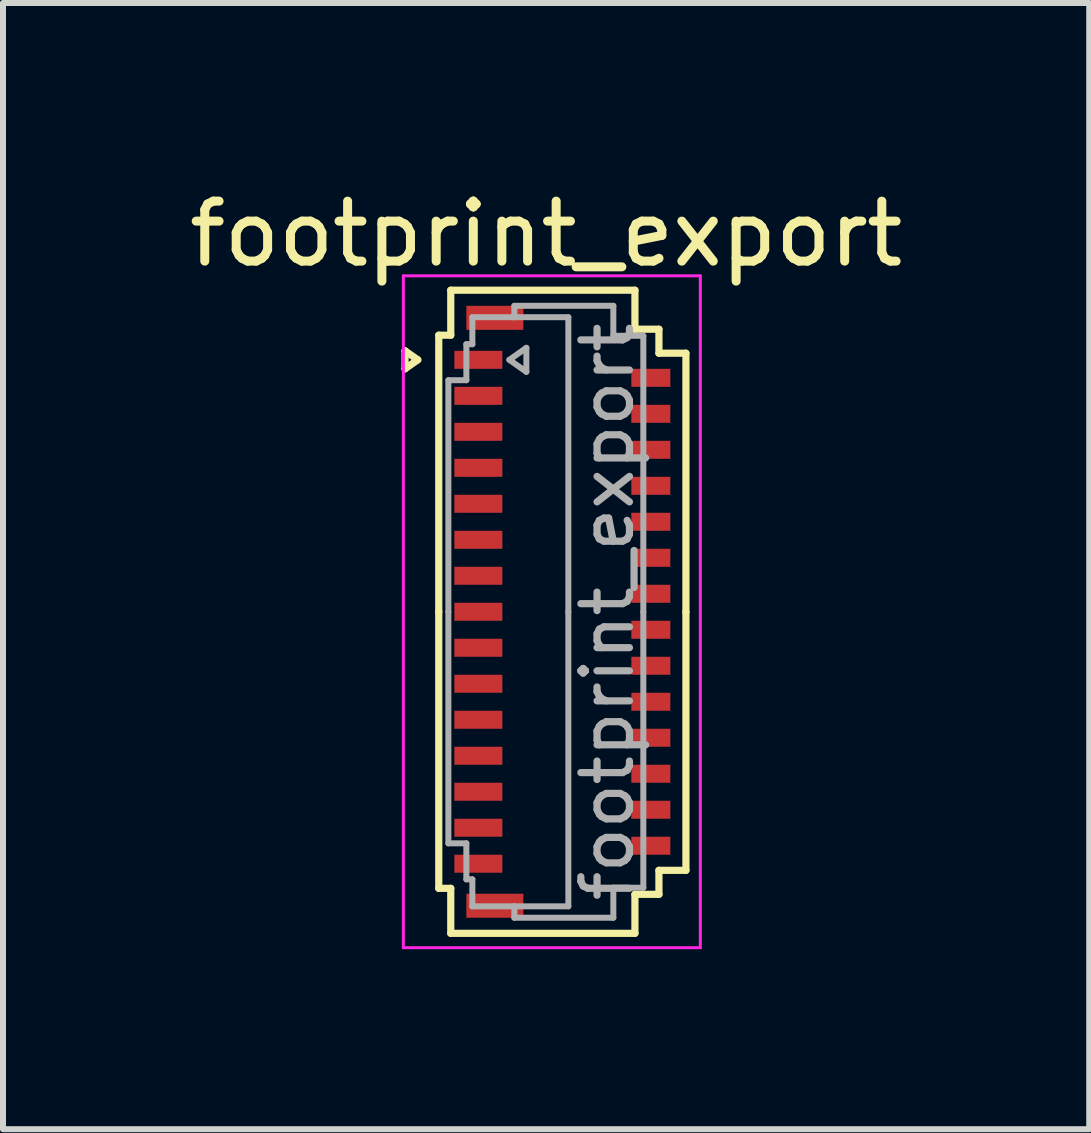
<source format=kicad_pcb>
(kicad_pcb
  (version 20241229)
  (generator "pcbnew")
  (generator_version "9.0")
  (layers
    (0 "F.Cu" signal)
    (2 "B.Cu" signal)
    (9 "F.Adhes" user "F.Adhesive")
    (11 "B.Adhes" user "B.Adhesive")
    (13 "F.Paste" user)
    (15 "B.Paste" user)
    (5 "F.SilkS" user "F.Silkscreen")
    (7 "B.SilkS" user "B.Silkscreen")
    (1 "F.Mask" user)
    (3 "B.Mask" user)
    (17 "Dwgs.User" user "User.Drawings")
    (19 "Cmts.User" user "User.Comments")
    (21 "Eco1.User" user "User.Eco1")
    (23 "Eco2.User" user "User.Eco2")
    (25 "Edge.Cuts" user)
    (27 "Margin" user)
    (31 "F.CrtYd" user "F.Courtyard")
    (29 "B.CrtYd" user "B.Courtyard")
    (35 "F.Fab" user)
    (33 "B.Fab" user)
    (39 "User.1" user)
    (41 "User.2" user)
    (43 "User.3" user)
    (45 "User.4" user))
  (footprint "footprint_export"
    (layer "F.Cu")
    (at 6.324 7.148)
    (property "Reference" "footprint_export" (at -0.27 -6.3 0) (layer "F.SilkS") (effects (font (size 1 1) (thickness 0.15))))
    (attr smd)
    (fp_line (start -2.622 -4.35) (end -2.41 -4.2) (stroke (width 0.12) (type solid)) (layer "F.SilkS"))
    (fp_line (start -2.622 -4.05) (end -2.622 -4.35) (stroke (width 0.12) (type solid)) (layer "F.SilkS"))
    (fp_line (start -2.41 -4.2) (end -2.622 -4.05) (stroke (width 0.12) (type solid)) (layer "F.SilkS"))
    (fp_line (start -2.06 -4.61) (end -2.06 0) (stroke (width 0.12) (type solid)) (layer "F.SilkS"))
    (fp_line (start -2.06 4.61) (end -2.06 0) (stroke (width 0.12) (type solid)) (layer "F.SilkS"))
    (fp_line (start -1.86 -5.36) (end -1.86 -4.61) (stroke (width 0.12) (type solid)) (layer "F.SilkS"))
    (fp_line (start -1.86 -4.61) (end -2.06 -4.61) (stroke (width 0.12) (type solid)) (layer "F.SilkS"))
    (fp_line (start -1.86 4.61) (end -2.06 4.61) (stroke (width 0.12) (type solid)) (layer "F.SilkS"))
    (fp_line (start -1.86 5.36) (end -1.86 4.61) (stroke (width 0.12) (type solid)) (layer "F.SilkS"))
    (fp_line (start 1.21 -5.36) (end -1.86 -5.36) (stroke (width 0.12) (type solid)) (layer "F.SilkS"))
    (fp_line (start 1.21 -4.71) (end 1.21 -5.36) (stroke (width 0.12) (type solid)) (layer "F.SilkS"))
    (fp_line (start 1.21 4.71) (end 1.21 5.36) (stroke (width 0.12) (type solid)) (layer "F.SilkS"))
    (fp_line (start 1.21 5.36) (end -1.86 5.36) (stroke (width 0.12) (type solid)) (layer "F.SilkS"))
    (fp_line (start 1.61 -4.71) (end 1.21 -4.71) (stroke (width 0.12) (type solid)) (layer "F.SilkS"))
    (fp_line (start 1.61 -4.31) (end 1.61 -4.71) (stroke (width 0.12) (type solid)) (layer "F.SilkS"))
    (fp_line (start 1.61 4.31) (end 1.61 4.71) (stroke (width 0.12) (type solid)) (layer "F.SilkS"))
    (fp_line (start 1.61 4.71) (end 1.21 4.71) (stroke (width 0.12) (type solid)) (layer "F.SilkS"))
    (fp_line (start 2.06 -4.31) (end 1.61 -4.31) (stroke (width 0.12) (type solid)) (layer "F.SilkS"))
    (fp_line (start 2.06 0) (end 2.06 -4.31) (stroke (width 0.12) (type solid)) (layer "F.SilkS"))
    (fp_line (start 2.06 0) (end 2.06 4.31) (stroke (width 0.12) (type solid)) (layer "F.SilkS"))
    (fp_line (start 2.06 4.31) (end 1.61 4.31) (stroke (width 0.12) (type solid)) (layer "F.SilkS"))
    (fp_line (start -2.65 -5.6) (end -2.65 5.6) (stroke (width 0.05) (type solid)) (layer "F.CrtYd"))
    (fp_line (start -2.65 5.6) (end 2.3 5.6) (stroke (width 0.05) (type solid)) (layer "F.CrtYd"))
    (fp_line (start 2.3 -5.6) (end -2.65 -5.6) (stroke (width 0.05) (type solid)) (layer "F.CrtYd"))
    (fp_line (start 2.3 5.6) (end 2.3 -5.6) (stroke (width 0.05) (type solid)) (layer "F.CrtYd"))
    (fp_line (start -1.9 -3.86) (end -1.6 -3.86) (stroke (width 0.1) (type solid)) (layer "F.Fab"))
    (fp_line (start -1.9 0) (end -1.9 -3.86) (stroke (width 0.1) (type solid)) (layer "F.Fab"))
    (fp_line (start -1.9 0) (end -1.9 3.86) (stroke (width 0.1) (type solid)) (layer "F.Fab"))
    (fp_line (start -1.9 3.86) (end -1.6 3.86) (stroke (width 0.1) (type solid)) (layer "F.Fab"))
    (fp_line (start -1.6 -4.46) (end -1.5 -4.46) (stroke (width 0.1) (type solid)) (layer "F.Fab"))
    (fp_line (start -1.6 -3.86) (end -1.6 -4.46) (stroke (width 0.1) (type solid)) (layer "F.Fab"))
    (fp_line (start -1.6 3.86) (end -1.6 4.46) (stroke (width 0.1) (type solid)) (layer "F.Fab"))
    (fp_line (start -1.6 4.46) (end -1.5 4.46) (stroke (width 0.1) (type solid)) (layer "F.Fab"))
    (fp_line (start -1.5 -4.91) (end -0.8 -4.91) (stroke (width 0.1) (type solid)) (layer "F.Fab"))
    (fp_line (start -1.5 -4.46) (end -1.5 -4.91) (stroke (width 0.1) (type solid)) (layer "F.Fab"))
    (fp_line (start -1.5 4.46) (end -1.5 4.91) (stroke (width 0.1) (type solid)) (layer "F.Fab"))
    (fp_line (start -1.5 4.91) (end -0.8 4.91) (stroke (width 0.1) (type solid)) (layer "F.Fab"))
    (fp_line (start -0.883 -4.2) (end -0.6 -4) (stroke (width 0.1) (type solid)) (layer "F.Fab"))
    (fp_line (start -0.8 -5.1) (end 0.85 -5.1) (stroke (width 0.1) (type solid)) (layer "F.Fab"))
    (fp_line (start -0.8 -4.91) (end -0.8 -5.1) (stroke (width 0.1) (type solid)) (layer "F.Fab"))
    (fp_line (start -0.8 4.91) (end -0.8 5.1) (stroke (width 0.1) (type solid)) (layer "F.Fab"))
    (fp_line (start -0.8 5.1) (end 0.85 5.1) (stroke (width 0.1) (type solid)) (layer "F.Fab"))
    (fp_line (start -0.6 -4.4) (end -0.883 -4.2) (stroke (width 0.1) (type solid)) (layer "F.Fab"))
    (fp_line (start -0.6 -4) (end -0.6 -4.4) (stroke (width 0.1) (type solid)) (layer "F.Fab"))
    (fp_line (start 0.1 -4.91) (end -0.8 -4.91) (stroke (width 0.1) (type solid)) (layer "F.Fab"))
    (fp_line (start 0.1 0) (end 0.1 -4.91) (stroke (width 0.1) (type solid)) (layer "F.Fab"))
    (fp_line (start 0.1 0) (end 0.1 4.91) (stroke (width 0.1) (type solid)) (layer "F.Fab"))
    (fp_line (start 0.1 4.91) (end -0.8 4.91) (stroke (width 0.1) (type solid)) (layer "F.Fab"))
    (fp_line (start 0.85 -5.1) (end 0.85 -4.6) (stroke (width 0.1) (type solid)) (layer "F.Fab"))
    (fp_line (start 0.85 -4.6) (end 1.35 -4.6) (stroke (width 0.1) (type solid)) (layer "F.Fab"))
    (fp_line (start 0.85 4.6) (end 1.35 4.6) (stroke (width 0.1) (type solid)) (layer "F.Fab"))
    (fp_line (start 0.85 5.1) (end 0.85 4.6) (stroke (width 0.1) (type solid)) (layer "F.Fab"))
    (fp_line (start 1.35 -4.6) (end 1.35 0) (stroke (width 0.1) (type solid)) (layer "F.Fab"))
    (fp_line (start 1.35 4.6) (end 1.35 0) (stroke (width 0.1) (type solid)) (layer "F.Fab"))
    (fp_text user "${REFERENCE}" (at 0.75 0 90) (layer "F.Fab") (effects (font (size 0.81 0.81) (thickness 0.12))))
    (pad "1" smd rect (at -1.4 -4.2) (size 0.8 0.3) (layers "F.Cu" "F.Mask" "F.Paste"))
    (pad "2" smd rect (at 1.475 -3.9) (size 0.65 0.3) (layers "F.Cu" "F.Mask" "F.Paste"))
    (pad "3" smd rect (at -1.4 -3.6) (size 0.8 0.3) (layers "F.Cu" "F.Mask" "F.Paste"))
    (pad "4" smd rect (at 1.475 -3.3) (size 0.65 0.3) (layers "F.Cu" "F.Mask" "F.Paste"))
    (pad "5" smd rect (at -1.4 -3) (size 0.8 0.3) (layers "F.Cu" "F.Mask" "F.Paste"))
    (pad "6" smd rect (at 1.475 -2.7) (size 0.65 0.3) (layers "F.Cu" "F.Mask" "F.Paste"))
    (pad "7" smd rect (at -1.4 -2.4) (size 0.8 0.3) (layers "F.Cu" "F.Mask" "F.Paste"))
    (pad "8" smd rect (at 1.475 -2.1) (size 0.65 0.3) (layers "F.Cu" "F.Mask" "F.Paste"))
    (pad "9" smd rect (at -1.4 -1.8) (size 0.8 0.3) (layers "F.Cu" "F.Mask" "F.Paste"))
    (pad "10" smd rect (at 1.475 -1.5) (size 0.65 0.3) (layers "F.Cu" "F.Mask" "F.Paste"))
    (pad "11" smd rect (at -1.4 -1.2) (size 0.8 0.3) (layers "F.Cu" "F.Mask" "F.Paste"))
    (pad "12" smd rect (at 1.475 -0.9) (size 0.65 0.3) (layers "F.Cu" "F.Mask" "F.Paste"))
    (pad "13" smd rect (at -1.4 -0.6) (size 0.8 0.3) (layers "F.Cu" "F.Mask" "F.Paste"))
    (pad "14" smd rect (at 1.475 -0.3) (size 0.65 0.3) (layers "F.Cu" "F.Mask" "F.Paste"))
    (pad "15" smd rect (at -1.4 0) (size 0.8 0.3) (layers "F.Cu" "F.Mask" "F.Paste"))
    (pad "16" smd rect (at 1.475 0.3) (size 0.65 0.3) (layers "F.Cu" "F.Mask" "F.Paste"))
    (pad "17" smd rect (at -1.4 0.6) (size 0.8 0.3) (layers "F.Cu" "F.Mask" "F.Paste"))
    (pad "18" smd rect (at 1.475 0.9) (size 0.65 0.3) (layers "F.Cu" "F.Mask" "F.Paste"))
    (pad "19" smd rect (at -1.4 1.2) (size 0.8 0.3) (layers "F.Cu" "F.Mask" "F.Paste"))
    (pad "20" smd rect (at 1.475 1.5) (size 0.65 0.3) (layers "F.Cu" "F.Mask" "F.Paste"))
    (pad "21" smd rect (at -1.4 1.8) (size 0.8 0.3) (layers "F.Cu" "F.Mask" "F.Paste"))
    (pad "22" smd rect (at 1.475 2.1) (size 0.65 0.3) (layers "F.Cu" "F.Mask" "F.Paste"))
    (pad "23" smd rect (at -1.4 2.4) (size 0.8 0.3) (layers "F.Cu" "F.Mask" "F.Paste"))
    (pad "24" smd rect (at 1.475 2.7) (size 0.65 0.3) (layers "F.Cu" "F.Mask" "F.Paste"))
    (pad "25" smd rect (at -1.4 3) (size 0.8 0.3) (layers "F.Cu" "F.Mask" "F.Paste"))
    (pad "26" smd rect (at 1.475 3.3) (size 0.65 0.3) (layers "F.Cu" "F.Mask" "F.Paste"))
    (pad "27" smd rect (at -1.4 3.6) (size 0.8 0.3) (layers "F.Cu" "F.Mask" "F.Paste"))
    (pad "28" smd rect (at 1.475 3.9) (size 0.65 0.3) (layers "F.Cu" "F.Mask" "F.Paste"))
    (pad "29" smd rect (at -1.4 4.2) (size 0.8 0.3) (layers "F.Cu" "F.Mask" "F.Paste"))
    (pad "MP" smd rect (at -1.125 -4.9) (size 0.95 0.4) (layers "F.Cu" "F.Mask" "F.Paste"))
    (pad "MP" smd rect (at -1.125 4.9) (size 0.95 0.4) (layers "F.Cu" "F.Mask" "F.Paste")))
  (gr_rect
    (start -3 -3)
    (end 15.107 15.773)
    (stroke (width 0.1) (type default))
    (fill no)
    (layer "Edge.Cuts")))
</source>
